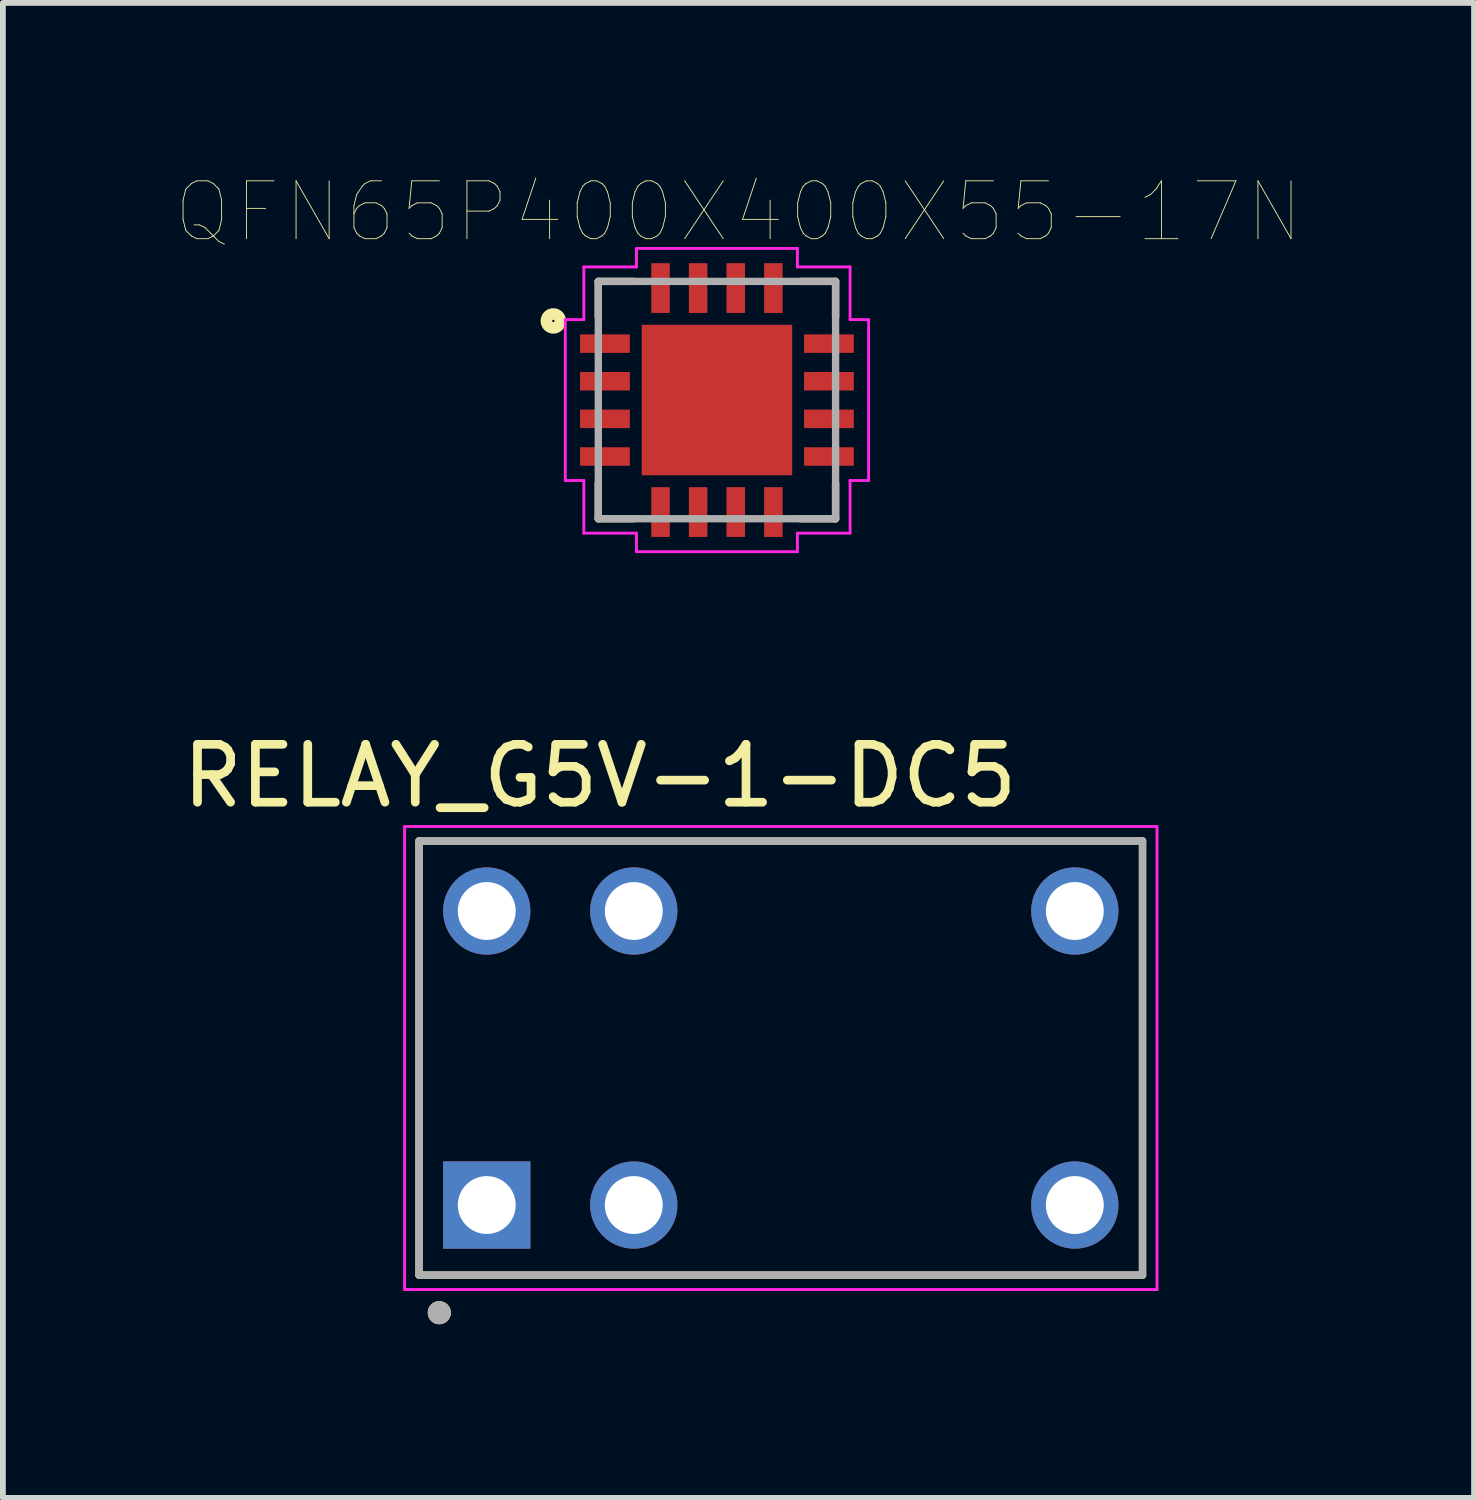
<source format=kicad_pcb>
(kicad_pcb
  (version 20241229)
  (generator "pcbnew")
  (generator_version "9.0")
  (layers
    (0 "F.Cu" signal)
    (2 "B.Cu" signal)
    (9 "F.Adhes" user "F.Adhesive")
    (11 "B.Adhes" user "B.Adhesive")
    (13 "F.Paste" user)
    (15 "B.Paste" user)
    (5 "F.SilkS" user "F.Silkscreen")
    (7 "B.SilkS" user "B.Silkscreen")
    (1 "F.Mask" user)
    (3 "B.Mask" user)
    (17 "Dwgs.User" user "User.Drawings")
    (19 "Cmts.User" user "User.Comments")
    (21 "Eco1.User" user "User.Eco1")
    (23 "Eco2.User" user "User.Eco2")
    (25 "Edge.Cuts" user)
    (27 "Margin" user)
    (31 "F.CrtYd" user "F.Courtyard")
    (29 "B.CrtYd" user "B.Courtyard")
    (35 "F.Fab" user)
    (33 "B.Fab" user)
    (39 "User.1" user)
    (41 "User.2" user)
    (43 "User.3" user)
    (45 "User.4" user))
  (footprint "QFN65P400X400X55-17N"
    (layer "F.Cu")
    (at 9.337 3.862)
    (property "Reference" "QFN65P400X400X55-17N" (at 0.371 -3.25 0) (layer "F.SilkS") (effects (font (size 1 1) (thickness 0.015))))
    (attr through_hole)
    (fp_line (start -2.05 -2.05) (end -2.05 -1.437) (stroke (width 0.127) (type solid)) (layer "F.SilkS"))
    (fp_line (start -2.05 2.05) (end -2.05 1.44) (stroke (width 0.127) (type solid)) (layer "F.SilkS"))
    (fp_line (start -1.437 -2.05) (end -2.05 -2.05) (stroke (width 0.127) (type solid)) (layer "F.SilkS"))
    (fp_line (start -1.437 2.05) (end -2.05 2.05) (stroke (width 0.127) (type solid)) (layer "F.SilkS"))
    (fp_line (start 1.44 -2.05) (end 2.05 -2.05) (stroke (width 0.127) (type solid)) (layer "F.SilkS"))
    (fp_line (start 1.44 2.05) (end 2.05 2.05) (stroke (width 0.127) (type solid)) (layer "F.SilkS"))
    (fp_line (start 2.05 -2.05) (end 2.05 -1.437) (stroke (width 0.127) (type solid)) (layer "F.SilkS"))
    (fp_line (start 2.05 2.05) (end 2.05 1.44) (stroke (width 0.127) (type solid)) (layer "F.SilkS"))
    (fp_circle (center -2.827 -1.367) (end -2.707 -1.367) (stroke (width 0.2) (type solid)) (fill no) (layer "F.SilkS"))
    (fp_poly (pts (xy -1.047 -1.045) (xy -0.125 -1.045) (xy -0.125 -0.125) (xy -1.047 -0.125)) (stroke (width 0.01) (type solid)) (fill yes) (layer "F.Paste"))
    (fp_poly (pts (xy -1.046 0.125) (xy -0.125 0.125) (xy -0.125 1.046) (xy -1.046 1.046)) (stroke (width 0.01) (type solid)) (fill yes) (layer "F.Paste"))
    (fp_poly (pts (xy 0.125 0.125) (xy 1.045 0.125) (xy 1.045 1.045) (xy 0.125 1.045)) (stroke (width 0.01) (type solid)) (fill yes) (layer "F.Paste"))
    (fp_poly (pts (xy 0.125 -1.045) (xy 1.045 -1.045) (xy 1.045 -0.125) (xy 0.125 -0.125)) (stroke (width 0.01) (type solid)) (fill yes) (layer "F.Paste"))
    (fp_line (start -2.62 -1.39) (end -2.3 -1.39) (stroke (width 0.05) (type solid)) (layer "F.CrtYd"))
    (fp_line (start -2.62 1.39) (end -2.62 -1.39) (stroke (width 0.05) (type solid)) (layer "F.CrtYd"))
    (fp_line (start -2.3 -2.3) (end -1.39 -2.3) (stroke (width 0.05) (type solid)) (layer "F.CrtYd"))
    (fp_line (start -2.3 -1.39) (end -2.3 -2.3) (stroke (width 0.05) (type solid)) (layer "F.CrtYd"))
    (fp_line (start -2.3 1.39) (end -2.62 1.39) (stroke (width 0.05) (type solid)) (layer "F.CrtYd"))
    (fp_line (start -2.3 2.3) (end -2.3 1.39) (stroke (width 0.05) (type solid)) (layer "F.CrtYd"))
    (fp_line (start -1.39 -2.62) (end 1.39 -2.62) (stroke (width 0.05) (type solid)) (layer "F.CrtYd"))
    (fp_line (start -1.39 -2.3) (end -1.39 -2.62) (stroke (width 0.05) (type solid)) (layer "F.CrtYd"))
    (fp_line (start -1.39 2.3) (end -2.3 2.3) (stroke (width 0.05) (type solid)) (layer "F.CrtYd"))
    (fp_line (start -1.39 2.62) (end -1.39 2.3) (stroke (width 0.05) (type solid)) (layer "F.CrtYd"))
    (fp_line (start 1.39 -2.62) (end 1.39 -2.3) (stroke (width 0.05) (type solid)) (layer "F.CrtYd"))
    (fp_line (start 1.39 -2.3) (end 2.3 -2.3) (stroke (width 0.05) (type solid)) (layer "F.CrtYd"))
    (fp_line (start 1.39 2.3) (end 1.39 2.62) (stroke (width 0.05) (type solid)) (layer "F.CrtYd"))
    (fp_line (start 1.39 2.62) (end -1.39 2.62) (stroke (width 0.05) (type solid)) (layer "F.CrtYd"))
    (fp_line (start 2.3 -2.3) (end 2.3 -1.39) (stroke (width 0.05) (type solid)) (layer "F.CrtYd"))
    (fp_line (start 2.3 -1.39) (end 2.62 -1.39) (stroke (width 0.05) (type solid)) (layer "F.CrtYd"))
    (fp_line (start 2.3 1.39) (end 2.3 2.3) (stroke (width 0.05) (type solid)) (layer "F.CrtYd"))
    (fp_line (start 2.3 2.3) (end 1.39 2.3) (stroke (width 0.05) (type solid)) (layer "F.CrtYd"))
    (fp_line (start 2.62 -1.39) (end 2.62 1.39) (stroke (width 0.05) (type solid)) (layer "F.CrtYd"))
    (fp_line (start 2.62 1.39) (end 2.3 1.39) (stroke (width 0.05) (type solid)) (layer "F.CrtYd"))
    (fp_line (start -2.05 -2.05) (end -2.05 2.05) (stroke (width 0.127) (type solid)) (layer "F.Fab"))
    (fp_line (start -2.05 -2.05) (end 2.05 -2.05) (stroke (width 0.127) (type solid)) (layer "F.Fab"))
    (fp_line (start 2.05 2.05) (end -2.05 2.05) (stroke (width 0.127) (type solid)) (layer "F.Fab"))
    (fp_line (start 2.05 2.05) (end 2.05 -2.05) (stroke (width 0.127) (type solid)) (layer "F.Fab"))
    (pad "1" smd rect (at -1.935 -0.975) (size 0.86 0.32) (layers "F.Cu" "F.Mask" "F.Paste"))
    (pad "2" smd rect (at -1.935 -0.325) (size 0.86 0.32) (layers "F.Cu" "F.Mask" "F.Paste"))
    (pad "3" smd rect (at -1.935 0.325) (size 0.86 0.32) (layers "F.Cu" "F.Mask" "F.Paste"))
    (pad "4" smd rect (at -1.935 0.975) (size 0.86 0.32) (layers "F.Cu" "F.Mask" "F.Paste"))
    (pad "5" smd rect (at -0.975 1.935) (size 0.32 0.86) (layers "F.Cu" "F.Mask" "F.Paste"))
    (pad "6" smd rect (at -0.325 1.935) (size 0.32 0.86) (layers "F.Cu" "F.Mask" "F.Paste"))
    (pad "7" smd rect (at 0.325 1.935) (size 0.32 0.86) (layers "F.Cu" "F.Mask" "F.Paste"))
    (pad "8" smd rect (at 0.975 1.935) (size 0.32 0.86) (layers "F.Cu" "F.Mask" "F.Paste"))
    (pad "9" smd rect (at 1.935 0.975) (size 0.86 0.32) (layers "F.Cu" "F.Mask" "F.Paste"))
    (pad "10" smd rect (at 1.935 0.325) (size 0.86 0.32) (layers "F.Cu" "F.Mask" "F.Paste"))
    (pad "11" smd rect (at 1.935 -0.325) (size 0.86 0.32) (layers "F.Cu" "F.Mask" "F.Paste"))
    (pad "12" smd rect (at 1.935 -0.975) (size 0.86 0.32) (layers "F.Cu" "F.Mask" "F.Paste"))
    (pad "13" smd rect (at 0.975 -1.935) (size 0.32 0.86) (layers "F.Cu" "F.Mask" "F.Paste"))
    (pad "14" smd rect (at 0.325 -1.935) (size 0.32 0.86) (layers "F.Cu" "F.Mask" "F.Paste"))
    (pad "15" smd rect (at -0.325 -1.935) (size 0.32 0.86) (layers "F.Cu" "F.Mask" "F.Paste"))
    (pad "16" smd rect (at -0.975 -1.935) (size 0.32 0.86) (layers "F.Cu" "F.Mask" "F.Paste"))
    (pad "17" smd rect (at 0 0) (size 2.6 2.6) (layers "F.Cu" "F.Mask")))
  (footprint "RELAY_G5V-1-DC5"
    (layer "F.Cu")
    (at 10.44 15.23)
    (property "Reference" "RELAY_G5V-1-DC5" (at -3.125 -4.875 0) (layer "F.SilkS") (effects (font (size 1 1) (thickness 0.15))))
    (attr through_hole)
    (fp_line (start -6.25 -3.75) (end 6.25 -3.75) (stroke (width 0.127) (type solid)) (layer "F.SilkS"))
    (fp_line (start -6.25 3.75) (end -6.25 -3.75) (stroke (width 0.127) (type solid)) (layer "F.SilkS"))
    (fp_line (start 6.25 -3.75) (end 6.25 3.75) (stroke (width 0.127) (type solid)) (layer "F.SilkS"))
    (fp_line (start 6.25 3.75) (end -6.25 3.75) (stroke (width 0.127) (type solid)) (layer "F.SilkS"))
    (fp_circle (center -5.9 4.4) (end -5.8 4.4) (stroke (width 0.2) (type solid)) (fill no) (layer "F.SilkS"))
    (fp_line (start -6.5 -4) (end 6.5 -4) (stroke (width 0.05) (type solid)) (layer "F.CrtYd"))
    (fp_line (start -6.5 4) (end -6.5 -4) (stroke (width 0.05) (type solid)) (layer "F.CrtYd"))
    (fp_line (start 6.5 -4) (end 6.5 4) (stroke (width 0.05) (type solid)) (layer "F.CrtYd"))
    (fp_line (start 6.5 4) (end -6.5 4) (stroke (width 0.05) (type solid)) (layer "F.CrtYd"))
    (fp_line (start -6.25 -3.75) (end 6.25 -3.75) (stroke (width 0.127) (type solid)) (layer "F.Fab"))
    (fp_line (start -6.25 3.75) (end -6.25 -3.75) (stroke (width 0.127) (type solid)) (layer "F.Fab"))
    (fp_line (start 6.25 -3.75) (end 6.25 3.75) (stroke (width 0.127) (type solid)) (layer "F.Fab"))
    (fp_line (start 6.25 3.75) (end -6.25 3.75) (stroke (width 0.127) (type solid)) (layer "F.Fab"))
    (fp_circle (center -5.9 4.4) (end -5.8 4.4) (stroke (width 0.2) (type solid)) (fill no) (layer "F.Fab"))
    (pad "1" thru_hole rect (at -5.08 2.54) (size 1.508 1.508) (drill 1) (layers "*.Cu" "*.Mask"))
    (pad "2" thru_hole circle (at -2.54 2.54) (size 1.508 1.508) (drill 1) (layers "*.Cu" "*.Mask"))
    (pad "5" thru_hole circle (at 5.08 2.54) (size 1.508 1.508) (drill 1) (layers "*.Cu" "*.Mask"))
    (pad "6" thru_hole circle (at 5.08 -2.54) (size 1.508 1.508) (drill 1) (layers "*.Cu" "*.Mask"))
    (pad "9" thru_hole circle (at -2.54 -2.54) (size 1.508 1.508) (drill 1) (layers "*.Cu" "*.Mask"))
    (pad "10" thru_hole circle (at -5.08 -2.54) (size 1.508 1.508) (drill 1) (layers "*.Cu" "*.Mask")))
  (gr_rect
    (start -3 -3)
    (end 22.418 22.83)
    (stroke (width 0.1) (type default))
    (fill no)
    (layer "Edge.Cuts")))
</source>
